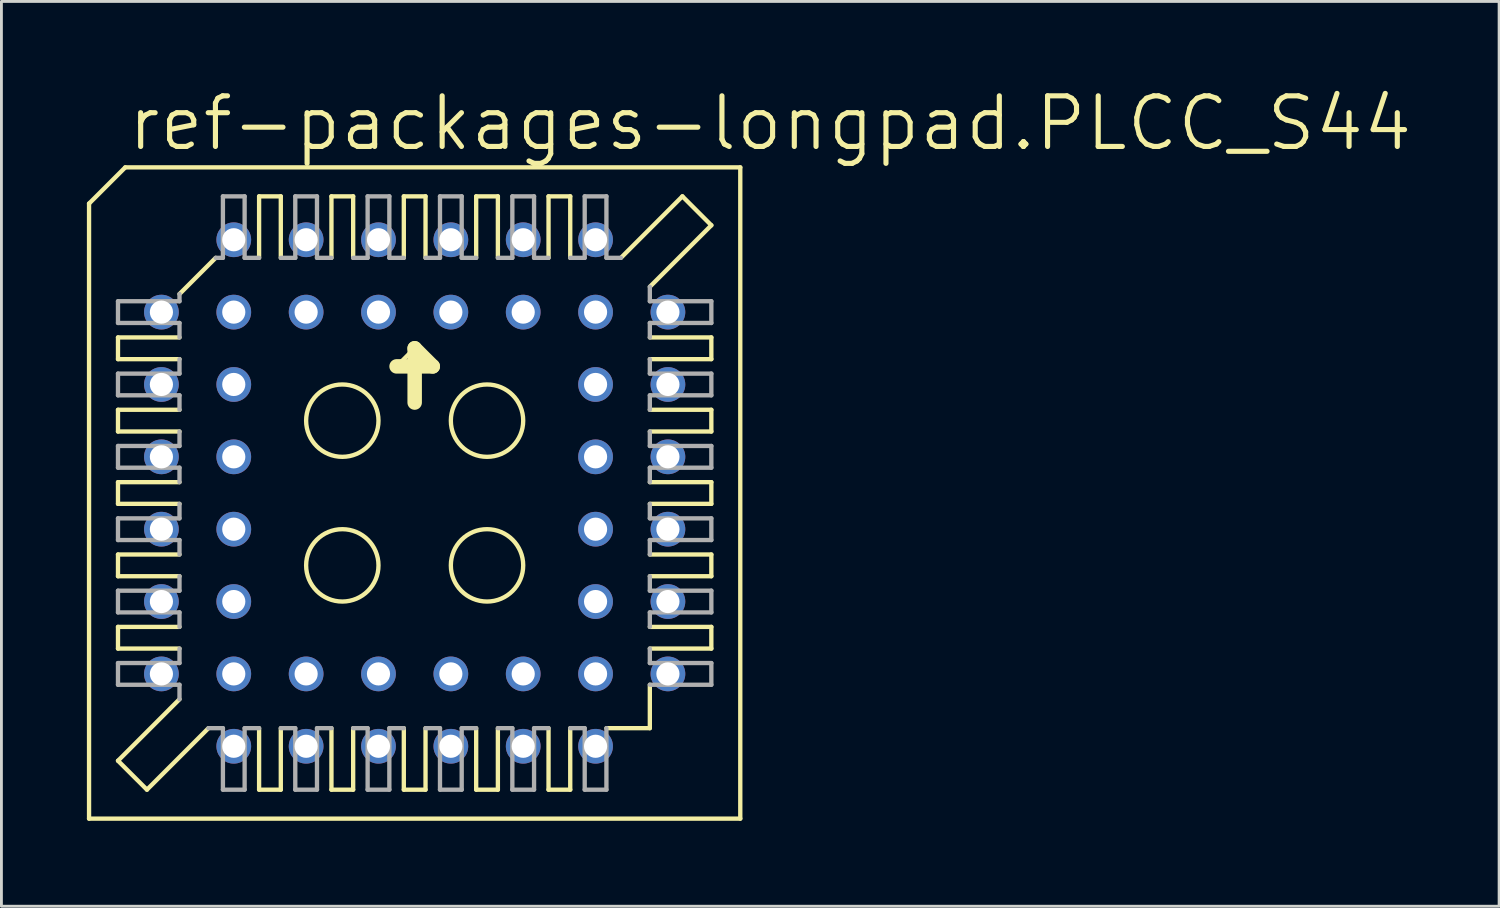
<source format=kicad_pcb>
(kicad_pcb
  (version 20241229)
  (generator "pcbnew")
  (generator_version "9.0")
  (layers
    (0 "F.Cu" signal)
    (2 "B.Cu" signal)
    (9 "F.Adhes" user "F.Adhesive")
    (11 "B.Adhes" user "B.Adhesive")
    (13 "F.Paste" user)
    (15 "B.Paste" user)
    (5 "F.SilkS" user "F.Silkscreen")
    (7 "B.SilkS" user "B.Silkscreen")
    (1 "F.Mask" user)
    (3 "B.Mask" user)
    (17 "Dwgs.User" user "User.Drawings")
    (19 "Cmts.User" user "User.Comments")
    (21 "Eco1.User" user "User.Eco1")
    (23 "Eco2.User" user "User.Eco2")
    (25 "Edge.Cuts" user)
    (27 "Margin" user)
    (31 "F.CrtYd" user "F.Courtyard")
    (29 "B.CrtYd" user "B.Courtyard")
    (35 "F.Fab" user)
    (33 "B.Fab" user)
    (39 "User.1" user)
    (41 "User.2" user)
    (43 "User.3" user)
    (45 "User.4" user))
  (footprint "ref-packages-longpad.PLCC_S44"
    (layer "F.Cu")
    (at 11.506 14.256)
    (property "Reference" "ref-packages-longpad.PLCC_S44" (at -10.16 -11.938 0) (layer "F.SilkS") (effects (font (size 1.778 1.778) (thickness 0.18)) (justify left bottom)))
    (attr through_hole)
    (fp_line (start -11.43 -10.16) (end -11.43 11.43) (stroke (width 0.152) (type default)) (layer "F.SilkS"))
    (fp_line (start -10.414 -5.461) (end -10.414 -4.699) (stroke (width 0.152) (type default)) (layer "F.SilkS"))
    (fp_line (start -10.414 -5.461) (end -8.255 -5.461) (stroke (width 0.152) (type default)) (layer "F.SilkS"))
    (fp_line (start -10.414 -2.921) (end -10.414 -2.159) (stroke (width 0.152) (type default)) (layer "F.SilkS"))
    (fp_line (start -10.414 -2.921) (end -8.255 -2.921) (stroke (width 0.152) (type default)) (layer "F.SilkS"))
    (fp_line (start -10.414 0.381) (end -10.414 -0.381) (stroke (width 0.152) (type default)) (layer "F.SilkS"))
    (fp_line (start -10.414 0.381) (end -8.255 0.381) (stroke (width 0.152) (type default)) (layer "F.SilkS"))
    (fp_line (start -10.414 2.921) (end -10.414 2.159) (stroke (width 0.152) (type default)) (layer "F.SilkS"))
    (fp_line (start -10.414 2.921) (end -8.255 2.921) (stroke (width 0.152) (type default)) (layer "F.SilkS"))
    (fp_line (start -10.414 5.461) (end -10.414 4.699) (stroke (width 0.152) (type default)) (layer "F.SilkS"))
    (fp_line (start -10.414 5.461) (end -8.255 5.461) (stroke (width 0.152) (type default)) (layer "F.SilkS"))
    (fp_line (start -10.414 9.398) (end -8.255 7.239) (stroke (width 0.152) (type default)) (layer "F.SilkS"))
    (fp_line (start -10.16 -11.43) (end -11.43 -10.16) (stroke (width 0.152) (type default)) (layer "F.SilkS"))
    (fp_line (start -9.398 10.414) (end -10.414 9.398) (stroke (width 0.152) (type default)) (layer "F.SilkS"))
    (fp_line (start -9.398 10.414) (end -7.239 8.255) (stroke (width 0.152) (type default)) (layer "F.SilkS"))
    (fp_line (start -8.255 -6.985) (end -6.985 -8.255) (stroke (width 0.152) (type default)) (layer "F.SilkS"))
    (fp_line (start -8.255 -4.699) (end -10.414 -4.699) (stroke (width 0.152) (type default)) (layer "F.SilkS"))
    (fp_line (start -8.255 -2.159) (end -10.414 -2.159) (stroke (width 0.152) (type default)) (layer "F.SilkS"))
    (fp_line (start -8.255 -0.381) (end -10.414 -0.381) (stroke (width 0.152) (type default)) (layer "F.SilkS"))
    (fp_line (start -8.255 2.159) (end -10.414 2.159) (stroke (width 0.152) (type default)) (layer "F.SilkS"))
    (fp_line (start -8.255 4.699) (end -10.414 4.699) (stroke (width 0.152) (type default)) (layer "F.SilkS"))
    (fp_line (start -5.461 -8.255) (end -5.461 -10.414) (stroke (width 0.152) (type default)) (layer "F.SilkS"))
    (fp_line (start -5.461 10.414) (end -5.461 8.255) (stroke (width 0.152) (type default)) (layer "F.SilkS"))
    (fp_line (start -5.461 10.414) (end -4.699 10.414) (stroke (width 0.152) (type default)) (layer "F.SilkS"))
    (fp_line (start -4.699 -10.414) (end -5.461 -10.414) (stroke (width 0.152) (type default)) (layer "F.SilkS"))
    (fp_line (start -4.699 -10.414) (end -4.699 -8.255) (stroke (width 0.152) (type default)) (layer "F.SilkS"))
    (fp_line (start -4.699 8.255) (end -4.699 10.414) (stroke (width 0.152) (type default)) (layer "F.SilkS"))
    (fp_line (start -2.921 -8.255) (end -2.921 -10.414) (stroke (width 0.152) (type default)) (layer "F.SilkS"))
    (fp_line (start -2.921 10.414) (end -2.921 8.255) (stroke (width 0.152) (type default)) (layer "F.SilkS"))
    (fp_line (start -2.921 10.414) (end -2.159 10.414) (stroke (width 0.152) (type default)) (layer "F.SilkS"))
    (fp_line (start -2.159 -10.414) (end -2.921 -10.414) (stroke (width 0.152) (type default)) (layer "F.SilkS"))
    (fp_line (start -2.159 -10.414) (end -2.159 -8.255) (stroke (width 0.152) (type default)) (layer "F.SilkS"))
    (fp_line (start -2.159 8.255) (end -2.159 10.414) (stroke (width 0.152) (type default)) (layer "F.SilkS"))
    (fp_line (start -0.635 -4.445) (end 0 -5.08) (stroke (width 0.152) (type default)) (layer "F.SilkS"))
    (fp_line (start -0.381 -8.255) (end -0.381 -10.414) (stroke (width 0.152) (type default)) (layer "F.SilkS"))
    (fp_line (start -0.381 10.414) (end -0.381 8.255) (stroke (width 0.152) (type default)) (layer "F.SilkS"))
    (fp_line (start -0.381 10.414) (end 0.381 10.414) (stroke (width 0.152) (type default)) (layer "F.SilkS"))
    (fp_line (start 0 -5.08) (end 0 -3.175) (stroke (width 0.508) (type default)) (layer "F.SilkS"))
    (fp_line (start 0 -5.08) (end 0.635 -4.445) (stroke (width 0.508) (type default)) (layer "F.SilkS"))
    (fp_line (start 0.381 -10.414) (end -0.381 -10.414) (stroke (width 0.152) (type default)) (layer "F.SilkS"))
    (fp_line (start 0.381 -10.414) (end 0.381 -8.255) (stroke (width 0.152) (type default)) (layer "F.SilkS"))
    (fp_line (start 0.381 8.255) (end 0.381 10.414) (stroke (width 0.152) (type default)) (layer "F.SilkS"))
    (fp_line (start 0.635 -4.445) (end -0.635 -4.445) (stroke (width 0.508) (type default)) (layer "F.SilkS"))
    (fp_line (start 2.159 -8.255) (end 2.159 -10.414) (stroke (width 0.152) (type default)) (layer "F.SilkS"))
    (fp_line (start 2.159 10.414) (end 2.159 8.255) (stroke (width 0.152) (type default)) (layer "F.SilkS"))
    (fp_line (start 2.159 10.414) (end 2.921 10.414) (stroke (width 0.152) (type default)) (layer "F.SilkS"))
    (fp_line (start 2.921 -10.414) (end 2.159 -10.414) (stroke (width 0.152) (type default)) (layer "F.SilkS"))
    (fp_line (start 2.921 -10.414) (end 2.921 -8.255) (stroke (width 0.152) (type default)) (layer "F.SilkS"))
    (fp_line (start 2.921 8.255) (end 2.921 10.414) (stroke (width 0.152) (type default)) (layer "F.SilkS"))
    (fp_line (start 4.699 -8.255) (end 4.699 -10.414) (stroke (width 0.152) (type default)) (layer "F.SilkS"))
    (fp_line (start 4.699 10.414) (end 4.699 8.255) (stroke (width 0.152) (type default)) (layer "F.SilkS"))
    (fp_line (start 4.699 10.414) (end 5.461 10.414) (stroke (width 0.152) (type default)) (layer "F.SilkS"))
    (fp_line (start 5.461 -10.414) (end 4.699 -10.414) (stroke (width 0.152) (type default)) (layer "F.SilkS"))
    (fp_line (start 5.461 -10.414) (end 5.461 -8.255) (stroke (width 0.152) (type default)) (layer "F.SilkS"))
    (fp_line (start 5.461 8.255) (end 5.461 10.414) (stroke (width 0.152) (type default)) (layer "F.SilkS"))
    (fp_line (start 6.731 8.255) (end 8.255 8.255) (stroke (width 0.152) (type default)) (layer "F.SilkS"))
    (fp_line (start 8.255 -4.699) (end 10.414 -4.699) (stroke (width 0.152) (type default)) (layer "F.SilkS"))
    (fp_line (start 8.255 -2.159) (end 10.414 -2.159) (stroke (width 0.152) (type default)) (layer "F.SilkS"))
    (fp_line (start 8.255 0.381) (end 10.414 0.381) (stroke (width 0.152) (type default)) (layer "F.SilkS"))
    (fp_line (start 8.255 2.159) (end 10.414 2.159) (stroke (width 0.152) (type default)) (layer "F.SilkS"))
    (fp_line (start 8.255 4.699) (end 10.414 4.699) (stroke (width 0.152) (type default)) (layer "F.SilkS"))
    (fp_line (start 8.255 8.255) (end 8.255 6.731) (stroke (width 0.152) (type default)) (layer "F.SilkS"))
    (fp_line (start 9.398 -10.414) (end 7.239 -8.255) (stroke (width 0.152) (type default)) (layer "F.SilkS"))
    (fp_line (start 10.414 -9.398) (end 8.255 -7.239) (stroke (width 0.152) (type default)) (layer "F.SilkS"))
    (fp_line (start 10.414 -9.398) (end 9.398 -10.414) (stroke (width 0.152) (type default)) (layer "F.SilkS"))
    (fp_line (start 10.414 -5.461) (end 8.255 -5.461) (stroke (width 0.152) (type default)) (layer "F.SilkS"))
    (fp_line (start 10.414 -5.461) (end 10.414 -4.699) (stroke (width 0.152) (type default)) (layer "F.SilkS"))
    (fp_line (start 10.414 -2.921) (end 8.255 -2.921) (stroke (width 0.152) (type default)) (layer "F.SilkS"))
    (fp_line (start 10.414 -2.921) (end 10.414 -2.159) (stroke (width 0.152) (type default)) (layer "F.SilkS"))
    (fp_line (start 10.414 -0.381) (end 8.255 -0.381) (stroke (width 0.152) (type default)) (layer "F.SilkS"))
    (fp_line (start 10.414 -0.381) (end 10.414 0.381) (stroke (width 0.152) (type default)) (layer "F.SilkS"))
    (fp_line (start 10.414 2.921) (end 8.255 2.921) (stroke (width 0.152) (type default)) (layer "F.SilkS"))
    (fp_line (start 10.414 2.921) (end 10.414 2.159) (stroke (width 0.152) (type default)) (layer "F.SilkS"))
    (fp_line (start 10.414 5.461) (end 8.255 5.461) (stroke (width 0.152) (type default)) (layer "F.SilkS"))
    (fp_line (start 10.414 5.461) (end 10.414 4.699) (stroke (width 0.152) (type default)) (layer "F.SilkS"))
    (fp_line (start 11.43 -11.43) (end -10.16 -11.43) (stroke (width 0.152) (type default)) (layer "F.SilkS"))
    (fp_line (start 11.43 11.43) (end -11.43 11.43) (stroke (width 0.152) (type default)) (layer "F.SilkS"))
    (fp_line (start 11.43 11.43) (end 11.43 -11.43) (stroke (width 0.152) (type default)) (layer "F.SilkS"))
    (fp_circle (center -2.54 -2.54) (end -1.27 -2.54) (stroke (width 0.152) (type default)) (fill no) (layer "F.SilkS"))
    (fp_circle (center -2.54 2.54) (end -1.27 2.54) (stroke (width 0.152) (type default)) (fill no) (layer "F.SilkS"))
    (fp_circle (center 2.54 -2.54) (end 3.81 -2.54) (stroke (width 0.152) (type default)) (fill no) (layer "F.SilkS"))
    (fp_circle (center 2.54 2.54) (end 3.81 2.54) (stroke (width 0.152) (type default)) (fill no) (layer "F.SilkS"))
    (fp_line (start -10.414 -6.731) (end -10.414 -5.969) (stroke (width 0.152) (type default)) (layer "F.Fab"))
    (fp_line (start -10.414 -6.731) (end -8.255 -6.731) (stroke (width 0.152) (type default)) (layer "F.Fab"))
    (fp_line (start -10.414 -4.191) (end -10.414 -3.429) (stroke (width 0.152) (type default)) (layer "F.Fab"))
    (fp_line (start -10.414 -4.191) (end -8.255 -4.191) (stroke (width 0.152) (type default)) (layer "F.Fab"))
    (fp_line (start -10.414 -0.889) (end -10.414 -1.651) (stroke (width 0.152) (type default)) (layer "F.Fab"))
    (fp_line (start -10.414 -0.889) (end -8.255 -0.889) (stroke (width 0.152) (type default)) (layer "F.Fab"))
    (fp_line (start -10.414 1.651) (end -10.414 0.889) (stroke (width 0.152) (type default)) (layer "F.Fab"))
    (fp_line (start -10.414 1.651) (end -8.255 1.651) (stroke (width 0.152) (type default)) (layer "F.Fab"))
    (fp_line (start -10.414 4.191) (end -10.414 3.429) (stroke (width 0.152) (type default)) (layer "F.Fab"))
    (fp_line (start -10.414 4.191) (end -8.255 4.191) (stroke (width 0.152) (type default)) (layer "F.Fab"))
    (fp_line (start -10.414 6.731) (end -10.414 5.969) (stroke (width 0.152) (type default)) (layer "F.Fab"))
    (fp_line (start -10.414 6.731) (end -8.255 6.731) (stroke (width 0.152) (type default)) (layer "F.Fab"))
    (fp_line (start -8.255 -6.731) (end -8.255 -6.985) (stroke (width 0.152) (type default)) (layer "F.Fab"))
    (fp_line (start -8.255 -5.969) (end -10.414 -5.969) (stroke (width 0.152) (type default)) (layer "F.Fab"))
    (fp_line (start -8.255 -5.969) (end -8.255 -5.461) (stroke (width 0.152) (type default)) (layer "F.Fab"))
    (fp_line (start -8.255 -4.699) (end -8.255 -4.191) (stroke (width 0.152) (type default)) (layer "F.Fab"))
    (fp_line (start -8.255 -3.429) (end -10.414 -3.429) (stroke (width 0.152) (type default)) (layer "F.Fab"))
    (fp_line (start -8.255 -3.429) (end -8.255 -2.921) (stroke (width 0.152) (type default)) (layer "F.Fab"))
    (fp_line (start -8.255 -2.159) (end -8.255 -1.651) (stroke (width 0.152) (type default)) (layer "F.Fab"))
    (fp_line (start -8.255 -1.651) (end -10.414 -1.651) (stroke (width 0.152) (type default)) (layer "F.Fab"))
    (fp_line (start -8.255 -0.381) (end -8.255 -0.889) (stroke (width 0.152) (type default)) (layer "F.Fab"))
    (fp_line (start -8.255 0.889) (end -10.414 0.889) (stroke (width 0.152) (type default)) (layer "F.Fab"))
    (fp_line (start -8.255 0.889) (end -8.255 0.381) (stroke (width 0.152) (type default)) (layer "F.Fab"))
    (fp_line (start -8.255 2.159) (end -8.255 1.651) (stroke (width 0.152) (type default)) (layer "F.Fab"))
    (fp_line (start -8.255 3.429) (end -10.414 3.429) (stroke (width 0.152) (type default)) (layer "F.Fab"))
    (fp_line (start -8.255 3.429) (end -8.255 2.921) (stroke (width 0.152) (type default)) (layer "F.Fab"))
    (fp_line (start -8.255 4.699) (end -8.255 4.191) (stroke (width 0.152) (type default)) (layer "F.Fab"))
    (fp_line (start -8.255 5.969) (end -10.414 5.969) (stroke (width 0.152) (type default)) (layer "F.Fab"))
    (fp_line (start -8.255 5.969) (end -8.255 5.461) (stroke (width 0.152) (type default)) (layer "F.Fab"))
    (fp_line (start -8.255 7.239) (end -8.255 6.731) (stroke (width 0.152) (type default)) (layer "F.Fab"))
    (fp_line (start -7.239 8.255) (end -6.731 8.255) (stroke (width 0.152) (type default)) (layer "F.Fab"))
    (fp_line (start -6.985 -8.255) (end -6.731 -8.255) (stroke (width 0.152) (type default)) (layer "F.Fab"))
    (fp_line (start -6.731 -8.255) (end -6.731 -10.414) (stroke (width 0.152) (type default)) (layer "F.Fab"))
    (fp_line (start -6.731 10.414) (end -6.731 8.255) (stroke (width 0.152) (type default)) (layer "F.Fab"))
    (fp_line (start -6.731 10.414) (end -5.969 10.414) (stroke (width 0.152) (type default)) (layer "F.Fab"))
    (fp_line (start -5.969 -10.414) (end -6.731 -10.414) (stroke (width 0.152) (type default)) (layer "F.Fab"))
    (fp_line (start -5.969 -10.414) (end -5.969 -8.255) (stroke (width 0.152) (type default)) (layer "F.Fab"))
    (fp_line (start -5.969 8.255) (end -5.969 10.414) (stroke (width 0.152) (type default)) (layer "F.Fab"))
    (fp_line (start -5.969 8.255) (end -5.461 8.255) (stroke (width 0.152) (type default)) (layer "F.Fab"))
    (fp_line (start -5.461 -8.255) (end -5.969 -8.255) (stroke (width 0.152) (type default)) (layer "F.Fab"))
    (fp_line (start -4.699 8.255) (end -4.191 8.255) (stroke (width 0.152) (type default)) (layer "F.Fab"))
    (fp_line (start -4.191 -8.255) (end -4.699 -8.255) (stroke (width 0.152) (type default)) (layer "F.Fab"))
    (fp_line (start -4.191 -8.255) (end -4.191 -10.414) (stroke (width 0.152) (type default)) (layer "F.Fab"))
    (fp_line (start -4.191 10.414) (end -4.191 8.255) (stroke (width 0.152) (type default)) (layer "F.Fab"))
    (fp_line (start -4.191 10.414) (end -3.429 10.414) (stroke (width 0.152) (type default)) (layer "F.Fab"))
    (fp_line (start -3.429 -10.414) (end -4.191 -10.414) (stroke (width 0.152) (type default)) (layer "F.Fab"))
    (fp_line (start -3.429 -10.414) (end -3.429 -8.255) (stroke (width 0.152) (type default)) (layer "F.Fab"))
    (fp_line (start -3.429 8.255) (end -3.429 10.414) (stroke (width 0.152) (type default)) (layer "F.Fab"))
    (fp_line (start -3.429 8.255) (end -2.921 8.255) (stroke (width 0.152) (type default)) (layer "F.Fab"))
    (fp_line (start -2.921 -8.255) (end -3.429 -8.255) (stroke (width 0.152) (type default)) (layer "F.Fab"))
    (fp_line (start -2.159 8.255) (end -1.651 8.255) (stroke (width 0.152) (type default)) (layer "F.Fab"))
    (fp_line (start -1.651 -8.255) (end -2.159 -8.255) (stroke (width 0.152) (type default)) (layer "F.Fab"))
    (fp_line (start -1.651 -8.255) (end -1.651 -10.414) (stroke (width 0.152) (type default)) (layer "F.Fab"))
    (fp_line (start -1.651 10.414) (end -1.651 8.255) (stroke (width 0.152) (type default)) (layer "F.Fab"))
    (fp_line (start -1.651 10.414) (end -0.889 10.414) (stroke (width 0.152) (type default)) (layer "F.Fab"))
    (fp_line (start -0.889 -10.414) (end -1.651 -10.414) (stroke (width 0.152) (type default)) (layer "F.Fab"))
    (fp_line (start -0.889 -10.414) (end -0.889 -8.255) (stroke (width 0.152) (type default)) (layer "F.Fab"))
    (fp_line (start -0.889 8.255) (end -0.889 10.414) (stroke (width 0.152) (type default)) (layer "F.Fab"))
    (fp_line (start -0.889 8.255) (end -0.381 8.255) (stroke (width 0.152) (type default)) (layer "F.Fab"))
    (fp_line (start -0.381 -8.255) (end -0.889 -8.255) (stroke (width 0.152) (type default)) (layer "F.Fab"))
    (fp_line (start 0.381 8.255) (end 0.889 8.255) (stroke (width 0.152) (type default)) (layer "F.Fab"))
    (fp_line (start 0.889 -8.255) (end 0.381 -8.255) (stroke (width 0.152) (type default)) (layer "F.Fab"))
    (fp_line (start 0.889 -8.255) (end 0.889 -10.414) (stroke (width 0.152) (type default)) (layer "F.Fab"))
    (fp_line (start 0.889 10.414) (end 0.889 8.255) (stroke (width 0.152) (type default)) (layer "F.Fab"))
    (fp_line (start 0.889 10.414) (end 1.651 10.414) (stroke (width 0.152) (type default)) (layer "F.Fab"))
    (fp_line (start 1.651 -10.414) (end 0.889 -10.414) (stroke (width 0.152) (type default)) (layer "F.Fab"))
    (fp_line (start 1.651 -10.414) (end 1.651 -8.255) (stroke (width 0.152) (type default)) (layer "F.Fab"))
    (fp_line (start 1.651 8.255) (end 1.651 10.414) (stroke (width 0.152) (type default)) (layer "F.Fab"))
    (fp_line (start 1.651 8.255) (end 2.159 8.255) (stroke (width 0.152) (type default)) (layer "F.Fab"))
    (fp_line (start 2.159 -8.255) (end 1.651 -8.255) (stroke (width 0.152) (type default)) (layer "F.Fab"))
    (fp_line (start 2.921 8.255) (end 3.429 8.255) (stroke (width 0.152) (type default)) (layer "F.Fab"))
    (fp_line (start 3.429 -8.255) (end 2.921 -8.255) (stroke (width 0.152) (type default)) (layer "F.Fab"))
    (fp_line (start 3.429 -8.255) (end 3.429 -10.414) (stroke (width 0.152) (type default)) (layer "F.Fab"))
    (fp_line (start 3.429 10.414) (end 3.429 8.255) (stroke (width 0.152) (type default)) (layer "F.Fab"))
    (fp_line (start 3.429 10.414) (end 4.191 10.414) (stroke (width 0.152) (type default)) (layer "F.Fab"))
    (fp_line (start 4.191 -10.414) (end 3.429 -10.414) (stroke (width 0.152) (type default)) (layer "F.Fab"))
    (fp_line (start 4.191 -10.414) (end 4.191 -8.255) (stroke (width 0.152) (type default)) (layer "F.Fab"))
    (fp_line (start 4.191 8.255) (end 4.191 10.414) (stroke (width 0.152) (type default)) (layer "F.Fab"))
    (fp_line (start 4.191 8.255) (end 4.699 8.255) (stroke (width 0.152) (type default)) (layer "F.Fab"))
    (fp_line (start 4.699 -8.255) (end 4.191 -8.255) (stroke (width 0.152) (type default)) (layer "F.Fab"))
    (fp_line (start 5.461 8.255) (end 5.969 8.255) (stroke (width 0.152) (type default)) (layer "F.Fab"))
    (fp_line (start 5.969 -8.255) (end 5.461 -8.255) (stroke (width 0.152) (type default)) (layer "F.Fab"))
    (fp_line (start 5.969 -8.255) (end 5.969 -10.414) (stroke (width 0.152) (type default)) (layer "F.Fab"))
    (fp_line (start 5.969 10.414) (end 5.969 8.255) (stroke (width 0.152) (type default)) (layer "F.Fab"))
    (fp_line (start 5.969 10.414) (end 6.731 10.414) (stroke (width 0.152) (type default)) (layer "F.Fab"))
    (fp_line (start 6.731 -10.414) (end 5.969 -10.414) (stroke (width 0.152) (type default)) (layer "F.Fab"))
    (fp_line (start 6.731 -10.414) (end 6.731 -8.255) (stroke (width 0.152) (type default)) (layer "F.Fab"))
    (fp_line (start 6.731 8.255) (end 6.731 10.414) (stroke (width 0.152) (type default)) (layer "F.Fab"))
    (fp_line (start 7.239 -8.255) (end 6.731 -8.255) (stroke (width 0.152) (type default)) (layer "F.Fab"))
    (fp_line (start 8.255 -7.239) (end 8.255 -6.731) (stroke (width 0.152) (type default)) (layer "F.Fab"))
    (fp_line (start 8.255 -5.969) (end 8.255 -5.461) (stroke (width 0.152) (type default)) (layer "F.Fab"))
    (fp_line (start 8.255 -5.969) (end 10.414 -5.969) (stroke (width 0.152) (type default)) (layer "F.Fab"))
    (fp_line (start 8.255 -4.699) (end 8.255 -4.191) (stroke (width 0.152) (type default)) (layer "F.Fab"))
    (fp_line (start 8.255 -3.429) (end 8.255 -2.921) (stroke (width 0.152) (type default)) (layer "F.Fab"))
    (fp_line (start 8.255 -3.429) (end 10.414 -3.429) (stroke (width 0.152) (type default)) (layer "F.Fab"))
    (fp_line (start 8.255 -2.159) (end 8.255 -1.651) (stroke (width 0.152) (type default)) (layer "F.Fab"))
    (fp_line (start 8.255 -0.889) (end 8.255 -0.381) (stroke (width 0.152) (type default)) (layer "F.Fab"))
    (fp_line (start 8.255 -0.889) (end 10.414 -0.889) (stroke (width 0.152) (type default)) (layer "F.Fab"))
    (fp_line (start 8.255 0.381) (end 8.255 0.889) (stroke (width 0.152) (type default)) (layer "F.Fab"))
    (fp_line (start 8.255 1.651) (end 8.255 2.159) (stroke (width 0.152) (type default)) (layer "F.Fab"))
    (fp_line (start 8.255 1.651) (end 10.414 1.651) (stroke (width 0.152) (type default)) (layer "F.Fab"))
    (fp_line (start 8.255 3.429) (end 8.255 2.921) (stroke (width 0.152) (type default)) (layer "F.Fab"))
    (fp_line (start 8.255 3.429) (end 10.414 3.429) (stroke (width 0.152) (type default)) (layer "F.Fab"))
    (fp_line (start 8.255 4.699) (end 8.255 4.191) (stroke (width 0.152) (type default)) (layer "F.Fab"))
    (fp_line (start 8.255 5.969) (end 8.255 5.461) (stroke (width 0.152) (type default)) (layer "F.Fab"))
    (fp_line (start 8.255 5.969) (end 10.414 5.969) (stroke (width 0.152) (type default)) (layer "F.Fab"))
    (fp_line (start 10.414 -6.731) (end 8.255 -6.731) (stroke (width 0.152) (type default)) (layer "F.Fab"))
    (fp_line (start 10.414 -6.731) (end 10.414 -5.969) (stroke (width 0.152) (type default)) (layer "F.Fab"))
    (fp_line (start 10.414 -4.191) (end 8.255 -4.191) (stroke (width 0.152) (type default)) (layer "F.Fab"))
    (fp_line (start 10.414 -4.191) (end 10.414 -3.429) (stroke (width 0.152) (type default)) (layer "F.Fab"))
    (fp_line (start 10.414 -1.651) (end 8.255 -1.651) (stroke (width 0.152) (type default)) (layer "F.Fab"))
    (fp_line (start 10.414 -1.651) (end 10.414 -0.889) (stroke (width 0.152) (type default)) (layer "F.Fab"))
    (fp_line (start 10.414 0.889) (end 8.255 0.889) (stroke (width 0.152) (type default)) (layer "F.Fab"))
    (fp_line (start 10.414 0.889) (end 10.414 1.651) (stroke (width 0.152) (type default)) (layer "F.Fab"))
    (fp_line (start 10.414 4.191) (end 8.255 4.191) (stroke (width 0.152) (type default)) (layer "F.Fab"))
    (fp_line (start 10.414 4.191) (end 10.414 3.429) (stroke (width 0.152) (type default)) (layer "F.Fab"))
    (fp_line (start 10.414 6.731) (end 8.255 6.731) (stroke (width 0.152) (type default)) (layer "F.Fab"))
    (fp_line (start 10.414 6.731) (end 10.414 5.969) (stroke (width 0.152) (type default)) (layer "F.Fab"))
    (pad "1" thru_hole circle (at 1.27 -6.35) (size 1.219 1.219) (drill 0.813) (layers "*.Cu" "*.Mask"))
    (pad "2" thru_hole circle (at -1.27 -8.89) (size 1.219 1.219) (drill 0.813) (layers "*.Cu" "*.Mask"))
    (pad "3" thru_hole circle (at -1.27 -6.35) (size 1.219 1.219) (drill 0.813) (layers "*.Cu" "*.Mask"))
    (pad "4" thru_hole circle (at -3.81 -8.89) (size 1.219 1.219) (drill 0.813) (layers "*.Cu" "*.Mask"))
    (pad "5" thru_hole circle (at -3.81 -6.35) (size 1.219 1.219) (drill 0.813) (layers "*.Cu" "*.Mask"))
    (pad "6" thru_hole circle (at -6.35 -8.89) (size 1.219 1.219) (drill 0.813) (layers "*.Cu" "*.Mask"))
    (pad "7" thru_hole circle (at -8.89 -6.35) (size 1.219 1.219) (drill 0.813) (layers "*.Cu" "*.Mask"))
    (pad "8" thru_hole circle (at -6.35 -6.35) (size 1.219 1.219) (drill 0.813) (layers "*.Cu" "*.Mask"))
    (pad "9" thru_hole circle (at -8.89 -3.81) (size 1.219 1.219) (drill 0.813) (layers "*.Cu" "*.Mask"))
    (pad "10" thru_hole circle (at -6.35 -3.81) (size 1.219 1.219) (drill 0.813) (layers "*.Cu" "*.Mask"))
    (pad "11" thru_hole circle (at -8.89 -1.27) (size 1.219 1.219) (drill 0.813) (layers "*.Cu" "*.Mask"))
    (pad "12" thru_hole circle (at -6.35 -1.27) (size 1.219 1.219) (drill 0.813) (layers "*.Cu" "*.Mask"))
    (pad "13" thru_hole circle (at -8.89 1.27) (size 1.219 1.219) (drill 0.813) (layers "*.Cu" "*.Mask"))
    (pad "14" thru_hole circle (at -6.35 1.27) (size 1.219 1.219) (drill 0.813) (layers "*.Cu" "*.Mask"))
    (pad "15" thru_hole circle (at -8.89 3.81) (size 1.219 1.219) (drill 0.813) (layers "*.Cu" "*.Mask"))
    (pad "16" thru_hole circle (at -6.35 3.81) (size 1.219 1.219) (drill 0.813) (layers "*.Cu" "*.Mask"))
    (pad "17" thru_hole circle (at -8.89 6.35) (size 1.219 1.219) (drill 0.813) (layers "*.Cu" "*.Mask"))
    (pad "18" thru_hole circle (at -6.35 8.89) (size 1.219 1.219) (drill 0.813) (layers "*.Cu" "*.Mask"))
    (pad "19" thru_hole circle (at -6.35 6.35) (size 1.219 1.219) (drill 0.813) (layers "*.Cu" "*.Mask"))
    (pad "20" thru_hole circle (at -3.81 8.89) (size 1.219 1.219) (drill 0.813) (layers "*.Cu" "*.Mask"))
    (pad "21" thru_hole circle (at -3.81 6.35) (size 1.219 1.219) (drill 0.813) (layers "*.Cu" "*.Mask"))
    (pad "22" thru_hole circle (at -1.27 8.89) (size 1.219 1.219) (drill 0.813) (layers "*.Cu" "*.Mask"))
    (pad "23" thru_hole circle (at -1.27 6.35) (size 1.219 1.219) (drill 0.813) (layers "*.Cu" "*.Mask"))
    (pad "24" thru_hole circle (at 1.27 8.89) (size 1.219 1.219) (drill 0.813) (layers "*.Cu" "*.Mask"))
    (pad "25" thru_hole circle (at 1.27 6.35) (size 1.219 1.219) (drill 0.813) (layers "*.Cu" "*.Mask"))
    (pad "26" thru_hole circle (at 3.81 8.89) (size 1.219 1.219) (drill 0.813) (layers "*.Cu" "*.Mask"))
    (pad "27" thru_hole circle (at 3.81 6.35) (size 1.219 1.219) (drill 0.813) (layers "*.Cu" "*.Mask"))
    (pad "28" thru_hole circle (at 6.35 8.89) (size 1.219 1.219) (drill 0.813) (layers "*.Cu" "*.Mask"))
    (pad "29" thru_hole circle (at 8.89 6.35) (size 1.219 1.219) (drill 0.813) (layers "*.Cu" "*.Mask"))
    (pad "30" thru_hole circle (at 6.35 6.35) (size 1.219 1.219) (drill 0.813) (layers "*.Cu" "*.Mask"))
    (pad "31" thru_hole circle (at 8.89 3.81) (size 1.219 1.219) (drill 0.813) (layers "*.Cu" "*.Mask"))
    (pad "32" thru_hole circle (at 6.35 3.81) (size 1.219 1.219) (drill 0.813) (layers "*.Cu" "*.Mask"))
    (pad "33" thru_hole circle (at 8.89 1.27) (size 1.219 1.219) (drill 0.813) (layers "*.Cu" "*.Mask"))
    (pad "34" thru_hole circle (at 6.35 1.27) (size 1.219 1.219) (drill 0.813) (layers "*.Cu" "*.Mask"))
    (pad "35" thru_hole circle (at 8.89 -1.27) (size 1.219 1.219) (drill 0.813) (layers "*.Cu" "*.Mask"))
    (pad "36" thru_hole circle (at 6.35 -1.27) (size 1.219 1.219) (drill 0.813) (layers "*.Cu" "*.Mask"))
    (pad "37" thru_hole circle (at 8.89 -3.81) (size 1.219 1.219) (drill 0.813) (layers "*.Cu" "*.Mask"))
    (pad "38" thru_hole circle (at 6.35 -3.81) (size 1.219 1.219) (drill 0.813) (layers "*.Cu" "*.Mask"))
    (pad "39" thru_hole circle (at 8.89 -6.35) (size 1.219 1.219) (drill 0.813) (layers "*.Cu" "*.Mask"))
    (pad "40" thru_hole circle (at 6.35 -8.89) (size 1.219 1.219) (drill 0.813) (layers "*.Cu" "*.Mask"))
    (pad "41" thru_hole circle (at 6.35 -6.35) (size 1.219 1.219) (drill 0.813) (layers "*.Cu" "*.Mask"))
    (pad "42" thru_hole circle (at 3.81 -8.89) (size 1.219 1.219) (drill 0.813) (layers "*.Cu" "*.Mask"))
    (pad "43" thru_hole circle (at 3.81 -6.35) (size 1.219 1.219) (drill 0.813) (layers "*.Cu" "*.Mask"))
    (pad "44" thru_hole circle (at 1.27 -8.89) (size 1.219 1.219) (drill 0.813) (layers "*.Cu" "*.Mask")))
  (gr_rect
    (start -3 -3)
    (end 49.573 28.762)
    (stroke (width 0.1) (type default))
    (fill no)
    (layer "Edge.Cuts")))
</source>
